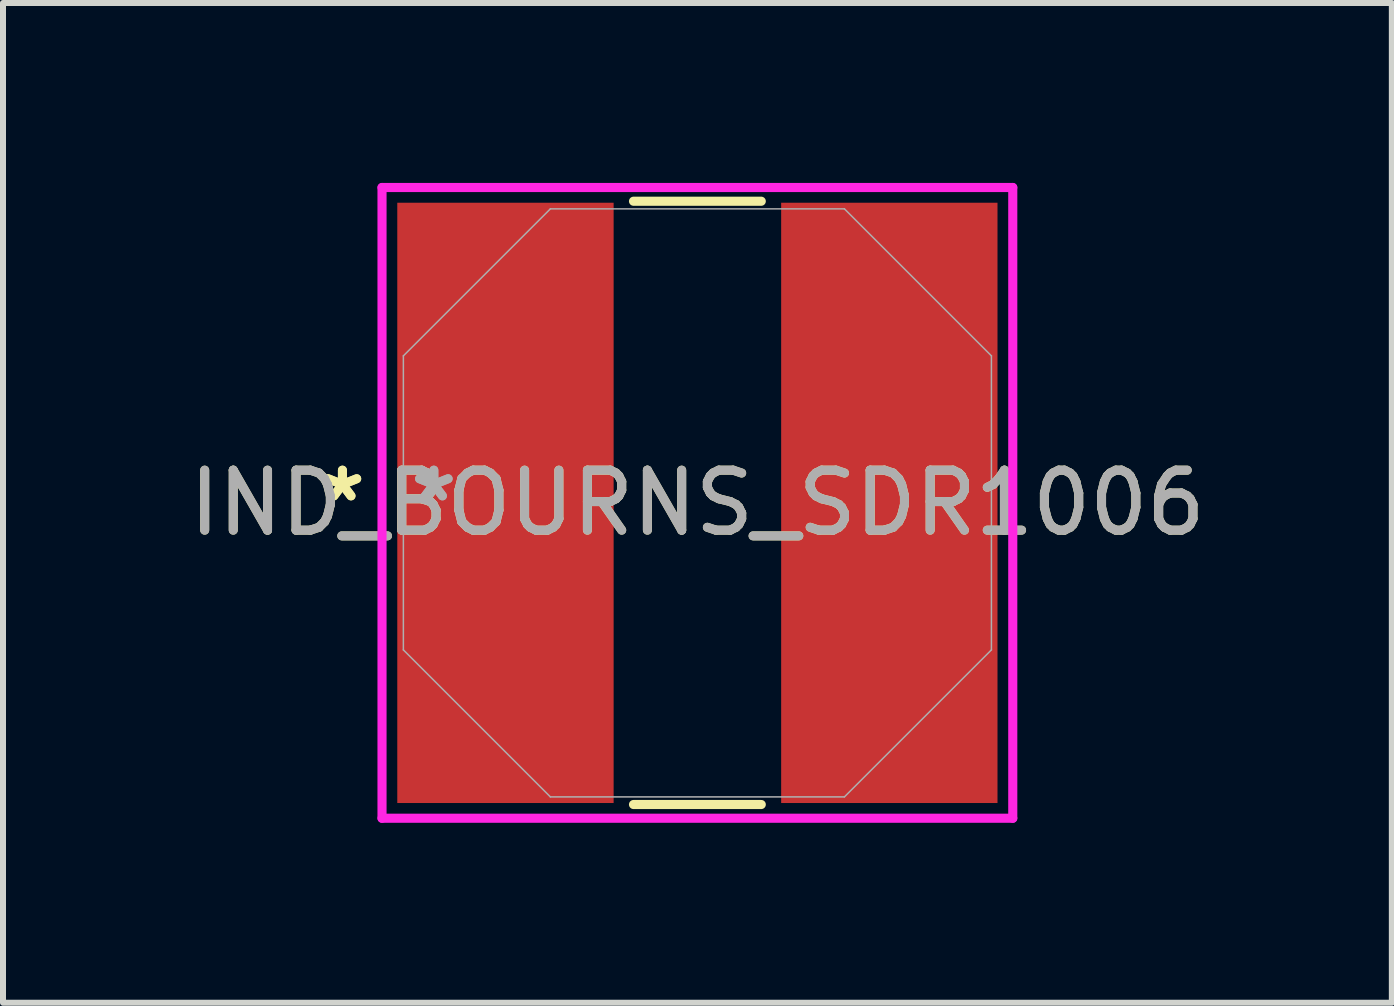
<source format=kicad_pcb>
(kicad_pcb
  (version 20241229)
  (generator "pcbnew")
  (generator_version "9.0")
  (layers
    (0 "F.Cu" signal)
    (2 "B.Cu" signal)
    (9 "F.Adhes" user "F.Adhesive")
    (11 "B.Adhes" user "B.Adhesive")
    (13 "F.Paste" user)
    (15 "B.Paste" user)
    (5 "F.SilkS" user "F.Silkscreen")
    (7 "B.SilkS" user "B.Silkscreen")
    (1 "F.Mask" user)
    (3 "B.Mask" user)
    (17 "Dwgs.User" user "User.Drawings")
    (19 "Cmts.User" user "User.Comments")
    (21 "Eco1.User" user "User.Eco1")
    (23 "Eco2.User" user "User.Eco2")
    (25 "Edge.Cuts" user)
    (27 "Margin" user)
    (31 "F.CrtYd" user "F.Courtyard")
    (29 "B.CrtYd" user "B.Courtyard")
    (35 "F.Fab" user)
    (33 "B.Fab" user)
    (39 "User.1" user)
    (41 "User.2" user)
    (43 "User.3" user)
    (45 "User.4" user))
  (footprint "IND_BOURNS_SDR1006"
    (layer "F.Cu")
    (at 8.577 5.334)
    (property "Reference" "IND_BOURNS_SDR1006" (at 0 0 0) (unlocked yes) (layer "F.SilkS") (effects (font (size 1 1) (thickness 0.15))))
    (attr smd)
    (fp_line (start -1.065 5.029) (end 1.065 5.029) (stroke (width 0.152) (type solid)) (layer "F.SilkS"))
    (fp_line (start 1.065 -5.029) (end -1.065 -5.029) (stroke (width 0.152) (type solid)) (layer "F.SilkS"))
    (fp_line (start -5.258 -5.258) (end 5.258 -5.258) (stroke (width 0.152) (type solid)) (layer "F.CrtYd"))
    (fp_line (start -5.258 5.258) (end -5.258 -5.258) (stroke (width 0.152) (type solid)) (layer "F.CrtYd"))
    (fp_line (start 5.258 -5.258) (end 5.258 5.258) (stroke (width 0.152) (type solid)) (layer "F.CrtYd"))
    (fp_line (start 5.258 5.258) (end -5.258 5.258) (stroke (width 0.152) (type solid)) (layer "F.CrtYd"))
    (fp_line (start -4.902 -2.451) (end -4.902 2.451) (stroke (width 0.025) (type solid)) (layer "F.Fab"))
    (fp_line (start -4.902 2.451) (end -2.451 4.902) (stroke (width 0.025) (type solid)) (layer "F.Fab"))
    (fp_line (start -2.451 -4.902) (end -4.902 -2.451) (stroke (width 0.025) (type solid)) (layer "F.Fab"))
    (fp_line (start -2.451 4.902) (end 2.451 4.902) (stroke (width 0.025) (type solid)) (layer "F.Fab"))
    (fp_line (start 2.451 -4.902) (end -2.451 -4.902) (stroke (width 0.025) (type solid)) (layer "F.Fab"))
    (fp_line (start 2.451 4.902) (end 4.902 2.451) (stroke (width 0.025) (type solid)) (layer "F.Fab"))
    (fp_line (start 4.902 -2.451) (end 2.451 -4.902) (stroke (width 0.025) (type solid)) (layer "F.Fab"))
    (fp_line (start 4.902 2.451) (end 4.902 -2.451) (stroke (width 0.025) (type solid)) (layer "F.Fab"))
    (fp_text user "*" (at -5.918 0 0) (layer "F.SilkS") (effects (font (size 1 1) (thickness 0.15))))
    (fp_text user "*" (at -5.918 0 0) (unlocked yes) (layer "F.SilkS") (effects (font (size 1 1) (thickness 0.15))))
    (fp_text user "*" (at -4.394 0 0) (layer "F.Fab") (effects (font (size 1 1) (thickness 0.15))))
    (fp_text user "${REFERENCE}" (at 0 0 0) (unlocked yes) (layer "F.Fab") (effects (font (size 1 1) (thickness 0.15))))
    (fp_text user "*" (at -4.394 0 0) (unlocked yes) (layer "F.Fab") (effects (font (size 1 1) (thickness 0.15))))
    (pad "1" smd rect (at -3.2 0) (size 3.607 10.008) (layers "F.Cu" "F.Mask" "F.Paste"))
    (pad "2" smd rect (at 3.2 0) (size 3.607 10.008) (layers "F.Cu" "F.Mask" "F.Paste")))
  (gr_rect
    (start -3 -3)
    (end 20.155 13.668)
    (stroke (width 0.1) (type default))
    (fill no)
    (layer "Edge.Cuts")))
</source>
